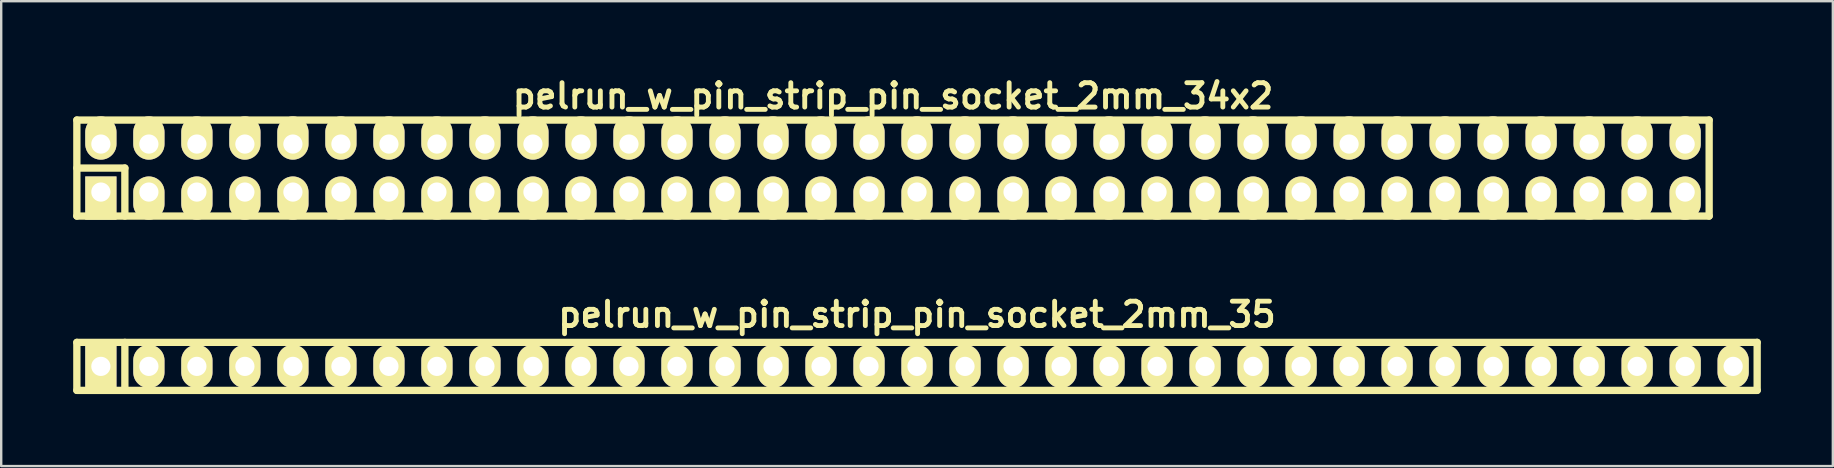
<source format=kicad_pcb>
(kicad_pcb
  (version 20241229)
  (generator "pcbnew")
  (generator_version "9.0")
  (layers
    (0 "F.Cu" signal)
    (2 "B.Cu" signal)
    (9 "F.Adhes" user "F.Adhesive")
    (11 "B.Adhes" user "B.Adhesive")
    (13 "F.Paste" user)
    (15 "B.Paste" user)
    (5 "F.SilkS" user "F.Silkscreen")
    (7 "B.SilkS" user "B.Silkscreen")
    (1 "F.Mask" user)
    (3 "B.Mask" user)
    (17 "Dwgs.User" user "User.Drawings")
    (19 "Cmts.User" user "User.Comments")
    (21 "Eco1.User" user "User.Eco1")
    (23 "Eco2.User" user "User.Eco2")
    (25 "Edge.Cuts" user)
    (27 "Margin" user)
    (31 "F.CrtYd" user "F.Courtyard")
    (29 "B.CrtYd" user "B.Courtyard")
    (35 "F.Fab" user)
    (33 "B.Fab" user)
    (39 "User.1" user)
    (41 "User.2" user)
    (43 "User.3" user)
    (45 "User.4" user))
  (footprint "pelrun_w_pin_strip_pin_socket_2mm_35"
    (layer "F.Cu")
    (at 35.152 12.213)
    (property "Reference" "pelrun_w_pin_strip_pin_socket_2mm_35" (at 0 -2.159 0) (layer "F.SilkS") (effects (font (size 1.016 1.016) (thickness 0.203))))
    (attr through_hole)
    (fp_line (start -35 -1) (end 35 -1) (stroke (width 0.305) (type solid)) (layer "F.SilkS"))
    (fp_line (start -35 1) (end -35 -1) (stroke (width 0.305) (type solid)) (layer "F.SilkS"))
    (fp_line (start -33 -1) (end -33 1) (stroke (width 0.305) (type solid)) (layer "F.SilkS"))
    (fp_line (start 35 -1) (end 35 1) (stroke (width 0.305) (type solid)) (layer "F.SilkS"))
    (fp_line (start 35 1) (end -35 1) (stroke (width 0.305) (type solid)) (layer "F.SilkS"))
    (pad "1" thru_hole rect (at -34 0) (size 1.3 1.8) (drill 0.8) (layers "*.Cu" "*.Mask" "F.SilkS"))
    (pad "2" thru_hole oval (at -32 0) (size 1.3 1.8) (drill 0.8) (layers "*.Cu" "*.Mask" "F.SilkS"))
    (pad "3" thru_hole oval (at -30 0) (size 1.3 1.8) (drill 0.8) (layers "*.Cu" "*.Mask" "F.SilkS"))
    (pad "4" thru_hole oval (at -28 0) (size 1.3 1.8) (drill 0.8) (layers "*.Cu" "*.Mask" "F.SilkS"))
    (pad "5" thru_hole oval (at -26 0) (size 1.3 1.8) (drill 0.8) (layers "*.Cu" "*.Mask" "F.SilkS"))
    (pad "6" thru_hole oval (at -24 0) (size 1.3 1.8) (drill 0.8) (layers "*.Cu" "*.Mask" "F.SilkS"))
    (pad "7" thru_hole oval (at -22 0) (size 1.3 1.8) (drill 0.8) (layers "*.Cu" "*.Mask" "F.SilkS"))
    (pad "8" thru_hole oval (at -20 0) (size 1.3 1.8) (drill 0.8) (layers "*.Cu" "*.Mask" "F.SilkS"))
    (pad "9" thru_hole oval (at -18 0) (size 1.3 1.8) (drill 0.8) (layers "*.Cu" "*.Mask" "F.SilkS"))
    (pad "10" thru_hole oval (at -16 0) (size 1.3 1.8) (drill 0.8) (layers "*.Cu" "*.Mask" "F.SilkS"))
    (pad "11" thru_hole oval (at -14 0) (size 1.3 1.8) (drill 0.8) (layers "*.Cu" "*.Mask" "F.SilkS"))
    (pad "12" thru_hole oval (at -12 0) (size 1.3 1.8) (drill 0.8) (layers "*.Cu" "*.Mask" "F.SilkS"))
    (pad "13" thru_hole oval (at -10 0) (size 1.3 1.8) (drill 0.8) (layers "*.Cu" "*.Mask" "F.SilkS"))
    (pad "14" thru_hole oval (at -8 0) (size 1.3 1.8) (drill 0.8) (layers "*.Cu" "*.Mask" "F.SilkS"))
    (pad "15" thru_hole oval (at -6 0) (size 1.3 1.8) (drill 0.8) (layers "*.Cu" "*.Mask" "F.SilkS"))
    (pad "16" thru_hole oval (at -4 0) (size 1.3 1.8) (drill 0.8) (layers "*.Cu" "*.Mask" "F.SilkS"))
    (pad "17" thru_hole oval (at -2 0) (size 1.3 1.8) (drill 0.8) (layers "*.Cu" "*.Mask" "F.SilkS"))
    (pad "18" thru_hole oval (at 0 0) (size 1.3 1.8) (drill 0.8) (layers "*.Cu" "*.Mask" "F.SilkS"))
    (pad "19" thru_hole oval (at 2 0) (size 1.3 1.8) (drill 0.8) (layers "*.Cu" "*.Mask" "F.SilkS"))
    (pad "20" thru_hole oval (at 4 0) (size 1.3 1.8) (drill 0.8) (layers "*.Cu" "*.Mask" "F.SilkS"))
    (pad "21" thru_hole oval (at 6 0) (size 1.3 1.8) (drill 0.8) (layers "*.Cu" "*.Mask" "F.SilkS"))
    (pad "22" thru_hole oval (at 8 0) (size 1.3 1.8) (drill 0.8) (layers "*.Cu" "*.Mask" "F.SilkS"))
    (pad "23" thru_hole oval (at 10 0) (size 1.3 1.8) (drill 0.8) (layers "*.Cu" "*.Mask" "F.SilkS"))
    (pad "24" thru_hole oval (at 12 0) (size 1.3 1.8) (drill 0.8) (layers "*.Cu" "*.Mask" "F.SilkS"))
    (pad "25" thru_hole oval (at 14 0) (size 1.3 1.8) (drill 0.8) (layers "*.Cu" "*.Mask" "F.SilkS"))
    (pad "26" thru_hole oval (at 16 0) (size 1.3 1.8) (drill 0.8) (layers "*.Cu" "*.Mask" "F.SilkS"))
    (pad "27" thru_hole oval (at 18 0) (size 1.3 1.8) (drill 0.8) (layers "*.Cu" "*.Mask" "F.SilkS"))
    (pad "28" thru_hole oval (at 20 0) (size 1.3 1.8) (drill 0.8) (layers "*.Cu" "*.Mask" "F.SilkS"))
    (pad "29" thru_hole oval (at 22 0) (size 1.3 1.8) (drill 0.8) (layers "*.Cu" "*.Mask" "F.SilkS"))
    (pad "30" thru_hole oval (at 24 0) (size 1.3 1.8) (drill 0.8) (layers "*.Cu" "*.Mask" "F.SilkS"))
    (pad "31" thru_hole oval (at 26 0) (size 1.3 1.8) (drill 0.8) (layers "*.Cu" "*.Mask" "F.SilkS"))
    (pad "32" thru_hole oval (at 28 0) (size 1.3 1.8) (drill 0.8) (layers "*.Cu" "*.Mask" "F.SilkS"))
    (pad "33" thru_hole oval (at 30 0) (size 1.3 1.8) (drill 0.8) (layers "*.Cu" "*.Mask" "F.SilkS"))
    (pad "34" thru_hole oval (at 32 0) (size 1.3 1.8) (drill 0.8) (layers "*.Cu" "*.Mask" "F.SilkS"))
    (pad "35" thru_hole oval (at 34 0) (size 1.3 1.8) (drill 0.8) (layers "*.Cu" "*.Mask" "F.SilkS")))
  (footprint "pelrun_w_pin_strip_pin_socket_2mm_34x2"
    (layer "F.Cu")
    (at 34.152 3.951)
    (property "Reference" "pelrun_w_pin_strip_pin_socket_2mm_34x2" (at 0 -3 0) (layer "F.SilkS") (effects (font (size 1.016 1.016) (thickness 0.203))))
    (attr through_hole)
    (fp_line (start -34 -2) (end 34 -2) (stroke (width 0.305) (type solid)) (layer "F.SilkS"))
    (fp_line (start -34 0) (end -32 0) (stroke (width 0.305) (type solid)) (layer "F.SilkS"))
    (fp_line (start -34 2) (end -34 -2) (stroke (width 0.305) (type solid)) (layer "F.SilkS"))
    (fp_line (start -32 0) (end -32 2) (stroke (width 0.305) (type solid)) (layer "F.SilkS"))
    (fp_line (start 34 -2) (end 34 2) (stroke (width 0.305) (type solid)) (layer "F.SilkS"))
    (fp_line (start 34 2) (end -34 2) (stroke (width 0.305) (type solid)) (layer "F.SilkS"))
    (pad "1" thru_hole rect (at -33 1) (size 1.3 1.8) (drill 0.8 (offset 0 0.25)) (layers "*.Cu" "*.Mask" "F.SilkS"))
    (pad "2" thru_hole oval (at -33 -1) (size 1.3 1.8) (drill 0.8 (offset 0 -0.25)) (layers "*.Cu" "*.Mask" "F.SilkS"))
    (pad "3" thru_hole oval (at -31 1) (size 1.3 1.8) (drill 0.8 (offset 0 0.25)) (layers "*.Cu" "*.Mask" "F.SilkS"))
    (pad "4" thru_hole oval (at -31 -1) (size 1.3 1.8) (drill 0.8 (offset 0 -0.25)) (layers "*.Cu" "*.Mask" "F.SilkS"))
    (pad "5" thru_hole oval (at -29 1) (size 1.3 1.8) (drill 0.8 (offset 0 0.25)) (layers "*.Cu" "*.Mask" "F.SilkS"))
    (pad "6" thru_hole oval (at -29 -1) (size 1.3 1.8) (drill 0.8 (offset 0 -0.25)) (layers "*.Cu" "*.Mask" "F.SilkS"))
    (pad "7" thru_hole oval (at -27 1) (size 1.3 1.8) (drill 0.8 (offset 0 0.25)) (layers "*.Cu" "*.Mask" "F.SilkS"))
    (pad "8" thru_hole oval (at -27 -1) (size 1.3 1.8) (drill 0.8 (offset 0 -0.25)) (layers "*.Cu" "*.Mask" "F.SilkS"))
    (pad "9" thru_hole oval (at -25 1) (size 1.3 1.8) (drill 0.8 (offset 0 0.25)) (layers "*.Cu" "*.Mask" "F.SilkS"))
    (pad "10" thru_hole oval (at -25 -1) (size 1.3 1.8) (drill 0.8 (offset 0 -0.25)) (layers "*.Cu" "*.Mask" "F.SilkS"))
    (pad "11" thru_hole oval (at -23 1) (size 1.3 1.8) (drill 0.8 (offset 0 0.25)) (layers "*.Cu" "*.Mask" "F.SilkS"))
    (pad "12" thru_hole oval (at -23 -1) (size 1.3 1.8) (drill 0.8 (offset 0 -0.25)) (layers "*.Cu" "*.Mask" "F.SilkS"))
    (pad "13" thru_hole oval (at -21 1) (size 1.3 1.8) (drill 0.8 (offset 0 0.25)) (layers "*.Cu" "*.Mask" "F.SilkS"))
    (pad "14" thru_hole oval (at -21 -1) (size 1.3 1.8) (drill 0.8 (offset 0 -0.25)) (layers "*.Cu" "*.Mask" "F.SilkS"))
    (pad "15" thru_hole oval (at -19 1) (size 1.3 1.8) (drill 0.8 (offset 0 0.25)) (layers "*.Cu" "*.Mask" "F.SilkS"))
    (pad "16" thru_hole oval (at -19 -1) (size 1.3 1.8) (drill 0.8 (offset 0 -0.25)) (layers "*.Cu" "*.Mask" "F.SilkS"))
    (pad "17" thru_hole oval (at -17 1) (size 1.3 1.8) (drill 0.8 (offset 0 0.25)) (layers "*.Cu" "*.Mask" "F.SilkS"))
    (pad "18" thru_hole oval (at -17 -1) (size 1.3 1.8) (drill 0.8 (offset 0 -0.25)) (layers "*.Cu" "*.Mask" "F.SilkS"))
    (pad "19" thru_hole oval (at -15 1) (size 1.3 1.8) (drill 0.8 (offset 0 0.25)) (layers "*.Cu" "*.Mask" "F.SilkS"))
    (pad "20" thru_hole oval (at -15 -1) (size 1.3 1.8) (drill 0.8 (offset 0 -0.25)) (layers "*.Cu" "*.Mask" "F.SilkS"))
    (pad "21" thru_hole oval (at -13 1) (size 1.3 1.8) (drill 0.8 (offset 0 0.25)) (layers "*.Cu" "*.Mask" "F.SilkS"))
    (pad "22" thru_hole oval (at -13 -1) (size 1.3 1.8) (drill 0.8 (offset 0 -0.25)) (layers "*.Cu" "*.Mask" "F.SilkS"))
    (pad "23" thru_hole oval (at -11 1) (size 1.3 1.8) (drill 0.8 (offset 0 0.25)) (layers "*.Cu" "*.Mask" "F.SilkS"))
    (pad "24" thru_hole oval (at -11 -1) (size 1.3 1.8) (drill 0.8 (offset 0 -0.25)) (layers "*.Cu" "*.Mask" "F.SilkS"))
    (pad "25" thru_hole oval (at -9 1) (size 1.3 1.8) (drill 0.8 (offset 0 0.25)) (layers "*.Cu" "*.Mask" "F.SilkS"))
    (pad "26" thru_hole oval (at -9 -1) (size 1.3 1.8) (drill 0.8 (offset 0 -0.25)) (layers "*.Cu" "*.Mask" "F.SilkS"))
    (pad "27" thru_hole oval (at -7 1) (size 1.3 1.8) (drill 0.8 (offset 0 0.25)) (layers "*.Cu" "*.Mask" "F.SilkS"))
    (pad "28" thru_hole oval (at -7 -1) (size 1.3 1.8) (drill 0.8 (offset 0 -0.25)) (layers "*.Cu" "*.Mask" "F.SilkS"))
    (pad "29" thru_hole oval (at -5 1) (size 1.3 1.8) (drill 0.8 (offset 0 0.25)) (layers "*.Cu" "*.Mask" "F.SilkS"))
    (pad "30" thru_hole oval (at -5 -1) (size 1.3 1.8) (drill 0.8 (offset 0 -0.25)) (layers "*.Cu" "*.Mask" "F.SilkS"))
    (pad "31" thru_hole oval (at -3 1) (size 1.3 1.8) (drill 0.8 (offset 0 0.25)) (layers "*.Cu" "*.Mask" "F.SilkS"))
    (pad "32" thru_hole oval (at -3 -1) (size 1.3 1.8) (drill 0.8 (offset 0 -0.25)) (layers "*.Cu" "*.Mask" "F.SilkS"))
    (pad "33" thru_hole oval (at -1 1) (size 1.3 1.8) (drill 0.8 (offset 0 0.25)) (layers "*.Cu" "*.Mask" "F.SilkS"))
    (pad "34" thru_hole oval (at -1 -1) (size 1.3 1.8) (drill 0.8 (offset 0 -0.25)) (layers "*.Cu" "*.Mask" "F.SilkS"))
    (pad "35" thru_hole oval (at 1 1) (size 1.3 1.8) (drill 0.8 (offset 0 0.25)) (layers "*.Cu" "*.Mask" "F.SilkS"))
    (pad "36" thru_hole oval (at 1 -1) (size 1.3 1.8) (drill 0.8 (offset 0 -0.25)) (layers "*.Cu" "*.Mask" "F.SilkS"))
    (pad "37" thru_hole oval (at 3 1) (size 1.3 1.8) (drill 0.8 (offset 0 0.25)) (layers "*.Cu" "*.Mask" "F.SilkS"))
    (pad "38" thru_hole oval (at 3 -1) (size 1.3 1.8) (drill 0.8 (offset 0 -0.25)) (layers "*.Cu" "*.Mask" "F.SilkS"))
    (pad "39" thru_hole oval (at 5 1) (size 1.3 1.8) (drill 0.8 (offset 0 0.25)) (layers "*.Cu" "*.Mask" "F.SilkS"))
    (pad "40" thru_hole oval (at 5 -1) (size 1.3 1.8) (drill 0.8 (offset 0 -0.25)) (layers "*.Cu" "*.Mask" "F.SilkS"))
    (pad "41" thru_hole oval (at 7 1) (size 1.3 1.8) (drill 0.8 (offset 0 0.25)) (layers "*.Cu" "*.Mask" "F.SilkS"))
    (pad "42" thru_hole oval (at 7 -1) (size 1.3 1.8) (drill 0.8 (offset 0 -0.25)) (layers "*.Cu" "*.Mask" "F.SilkS"))
    (pad "43" thru_hole oval (at 9 1) (size 1.3 1.8) (drill 0.8 (offset 0 0.25)) (layers "*.Cu" "*.Mask" "F.SilkS"))
    (pad "44" thru_hole oval (at 9 -1) (size 1.3 1.8) (drill 0.8 (offset 0 -0.25)) (layers "*.Cu" "*.Mask" "F.SilkS"))
    (pad "45" thru_hole oval (at 11 1) (size 1.3 1.8) (drill 0.8 (offset 0 0.25)) (layers "*.Cu" "*.Mask" "F.SilkS"))
    (pad "46" thru_hole oval (at 11 -1) (size 1.3 1.8) (drill 0.8 (offset 0 -0.25)) (layers "*.Cu" "*.Mask" "F.SilkS"))
    (pad "47" thru_hole oval (at 13 1) (size 1.3 1.8) (drill 0.8 (offset 0 0.25)) (layers "*.Cu" "*.Mask" "F.SilkS"))
    (pad "48" thru_hole oval (at 13 -1) (size 1.3 1.8) (drill 0.8 (offset 0 -0.25)) (layers "*.Cu" "*.Mask" "F.SilkS"))
    (pad "49" thru_hole oval (at 15 1) (size 1.3 1.8) (drill 0.8 (offset 0 0.25)) (layers "*.Cu" "*.Mask" "F.SilkS"))
    (pad "50" thru_hole oval (at 15 -1) (size 1.3 1.8) (drill 0.8 (offset 0 -0.25)) (layers "*.Cu" "*.Mask" "F.SilkS"))
    (pad "51" thru_hole oval (at 17 1) (size 1.3 1.8) (drill 0.8 (offset 0 0.25)) (layers "*.Cu" "*.Mask" "F.SilkS"))
    (pad "52" thru_hole oval (at 17 -1) (size 1.3 1.8) (drill 0.8 (offset 0 -0.25)) (layers "*.Cu" "*.Mask" "F.SilkS"))
    (pad "53" thru_hole oval (at 19 1) (size 1.3 1.8) (drill 0.8 (offset 0 0.25)) (layers "*.Cu" "*.Mask" "F.SilkS"))
    (pad "54" thru_hole oval (at 19 -1) (size 1.3 1.8) (drill 0.8 (offset 0 -0.25)) (layers "*.Cu" "*.Mask" "F.SilkS"))
    (pad "55" thru_hole oval (at 21 1) (size 1.3 1.8) (drill 0.8 (offset 0 0.25)) (layers "*.Cu" "*.Mask" "F.SilkS"))
    (pad "56" thru_hole oval (at 21 -1) (size 1.3 1.8) (drill 0.8 (offset 0 -0.25)) (layers "*.Cu" "*.Mask" "F.SilkS"))
    (pad "57" thru_hole oval (at 23 1) (size 1.3 1.8) (drill 0.8 (offset 0 0.25)) (layers "*.Cu" "*.Mask" "F.SilkS"))
    (pad "58" thru_hole oval (at 23 -1) (size 1.3 1.8) (drill 0.8 (offset 0 -0.25)) (layers "*.Cu" "*.Mask" "F.SilkS"))
    (pad "59" thru_hole oval (at 25 1) (size 1.3 1.8) (drill 0.8 (offset 0 0.25)) (layers "*.Cu" "*.Mask" "F.SilkS"))
    (pad "60" thru_hole oval (at 25 -1) (size 1.3 1.8) (drill 0.8 (offset 0 -0.25)) (layers "*.Cu" "*.Mask" "F.SilkS"))
    (pad "61" thru_hole oval (at 27 1) (size 1.3 1.8) (drill 0.8 (offset 0 0.25)) (layers "*.Cu" "*.Mask" "F.SilkS"))
    (pad "62" thru_hole oval (at 27 -1) (size 1.3 1.8) (drill 0.8 (offset 0 -0.25)) (layers "*.Cu" "*.Mask" "F.SilkS"))
    (pad "63" thru_hole oval (at 29 1) (size 1.3 1.8) (drill 0.8 (offset 0 0.25)) (layers "*.Cu" "*.Mask" "F.SilkS"))
    (pad "64" thru_hole oval (at 29 -1) (size 1.3 1.8) (drill 0.8 (offset 0 -0.25)) (layers "*.Cu" "*.Mask" "F.SilkS"))
    (pad "65" thru_hole oval (at 31 1) (size 1.3 1.8) (drill 0.8 (offset 0 0.25)) (layers "*.Cu" "*.Mask" "F.SilkS"))
    (pad "66" thru_hole oval (at 31 -1) (size 1.3 1.8) (drill 0.8 (offset 0 -0.25)) (layers "*.Cu" "*.Mask" "F.SilkS"))
    (pad "67" thru_hole oval (at 33 1) (size 1.3 1.8) (drill 0.8 (offset 0 0.25)) (layers "*.Cu" "*.Mask" "F.SilkS"))
    (pad "68" thru_hole oval (at 33 -1) (size 1.3 1.8) (drill 0.8 (offset 0 -0.25)) (layers "*.Cu" "*.Mask" "F.SilkS")))
  (gr_rect
    (start -3 -3)
    (end 73.305 16.366)
    (stroke (width 0.1) (type default))
    (fill no)
    (layer "Edge.Cuts")))
</source>
